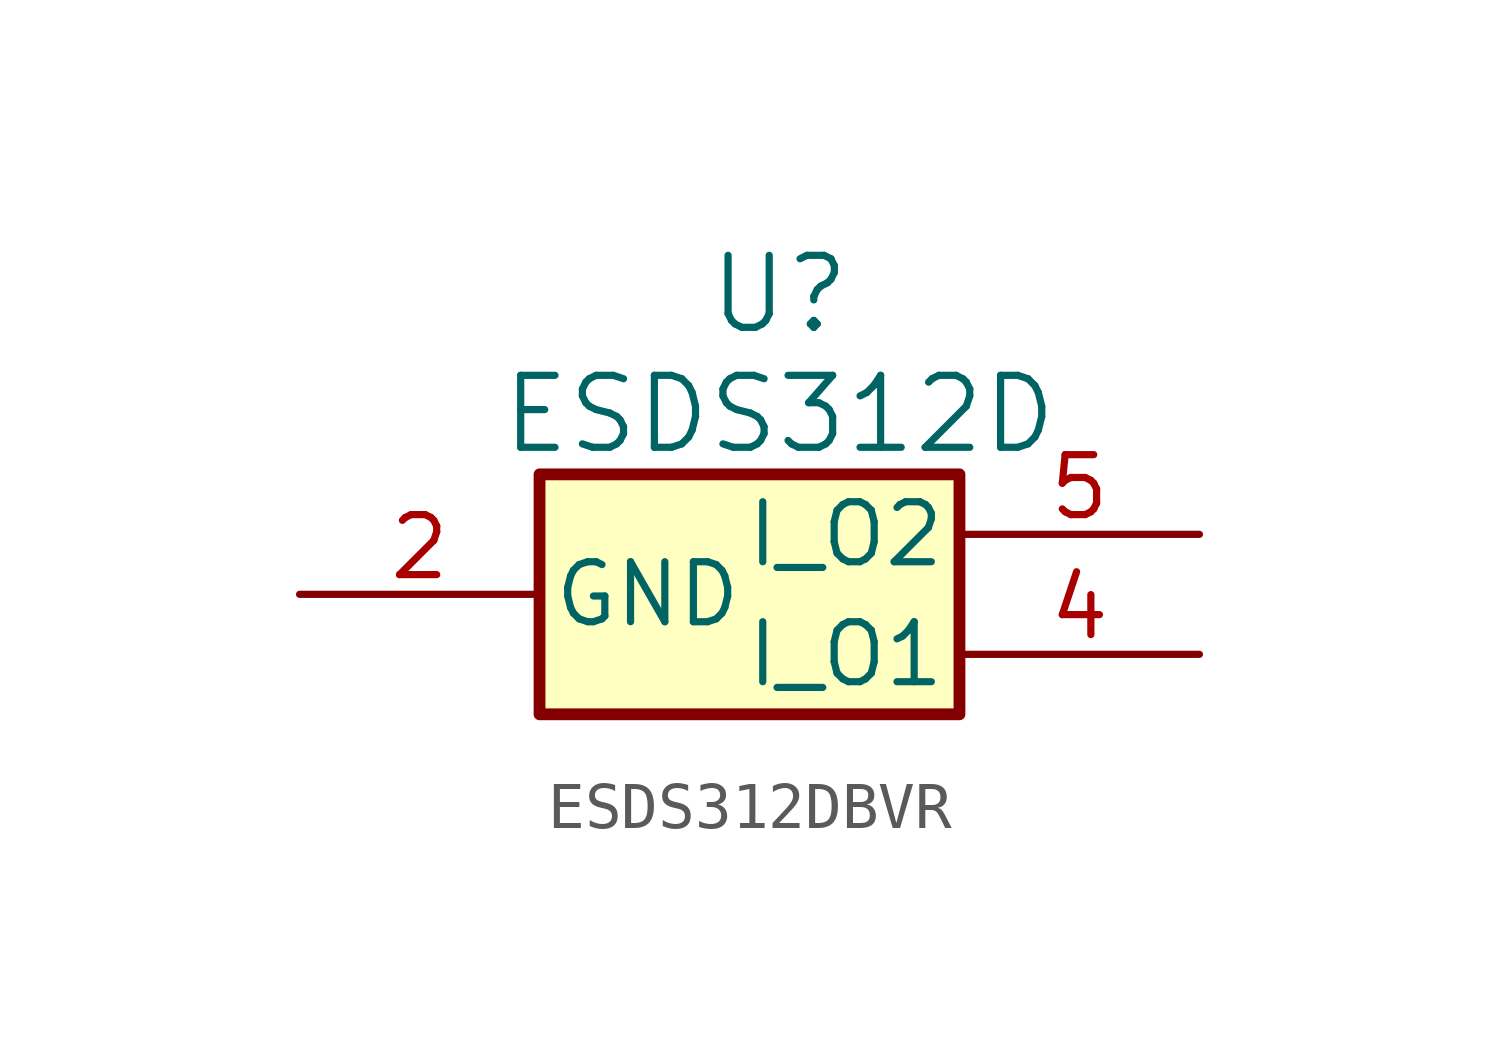
<source format=kicad_sym>
(kicad_symbol_lib
  (version 20220914)
  (generator kicad_symbol_editor)
  (symbol "ESDS312DBVR"
    (pin_names
      (offset 0.254))
    (property "Reference" "U"
      (at 0 6.35 0)
      (effects (font (size 1.524 1.524))))
    (property "Value" "ESDS312D"
      (at 0 3.81 0)
      (effects (font (size 1.524 1.524))))
    (property "ki_locked" ""
      (at 0 0 0)
      (effects (font (size 1.27 1.27))))
    (symbol "ESDS312DBVR_0_1"
      (pin power_in line (at -10.16 0 0) (length 5.08) (name "GND" (effects (font (size 1.27 1.27)))) (number "2" (effects (font (size 1.27 1.27))))))
    (symbol "ESDS312DBVR_1_1"
      (rectangle (start -5.08 2.54) (end 3.81 -2.54) (stroke (width 0.25) (type default)) (fill (type background)))
      (pin no_connect line (at -10.16 1.27 0) (length 5.08) hide (name "NC" (effects (font (size 1.27 1.27)))) (number "1" (effects (font (size 1.27 1.27)))))
      (pin no_connect line (at -10.16 -1.27 0) (length 5.08) hide (name "NC" (effects (font (size 1.27 1.27)))) (number "3" (effects (font (size 1.27 1.27)))))
      (pin bidirectional line (at 8.89 -1.27 180) (length 5.08) (name "I_O1" (effects (font (size 1.27 1.27)))) (number "4" (effects (font (size 1.27 1.27)))))
      (pin bidirectional line (at 8.89 1.27 180) (length 5.08) (name "I_O2" (effects (font (size 1.27 1.27)))) (number "5" (effects (font (size 1.27 1.27))))))))
</source>
